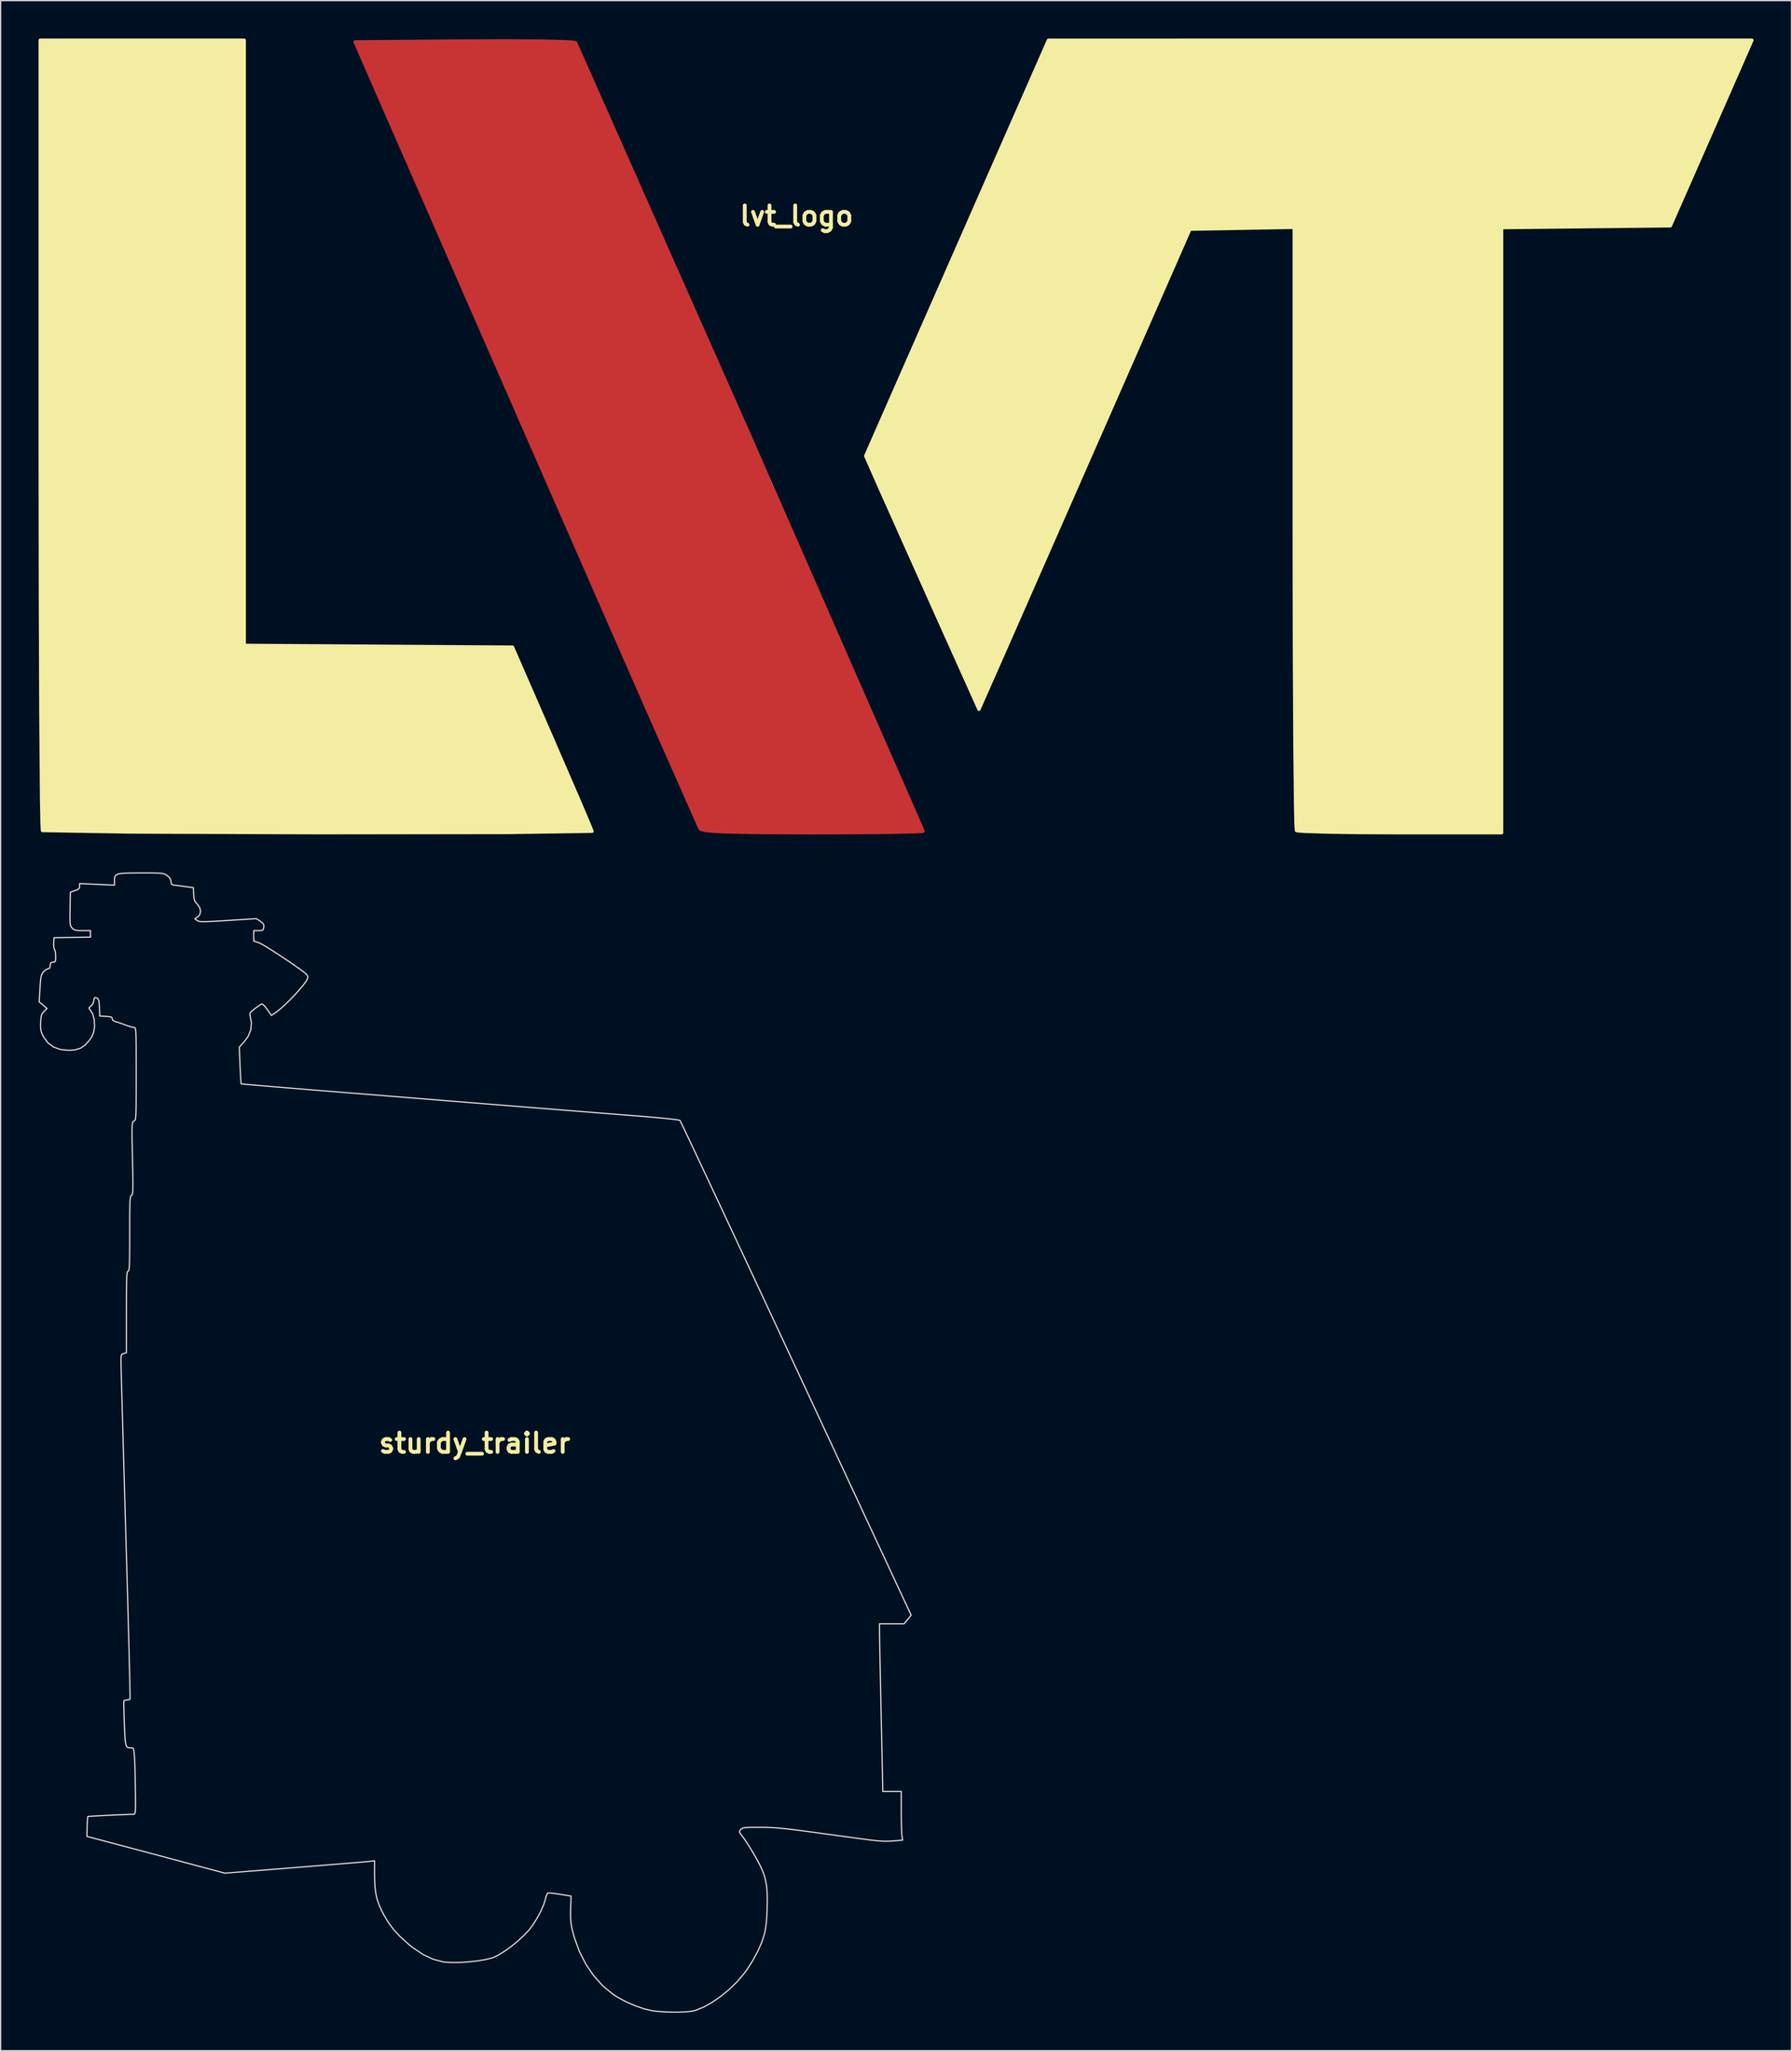
<source format=kicad_pcb>
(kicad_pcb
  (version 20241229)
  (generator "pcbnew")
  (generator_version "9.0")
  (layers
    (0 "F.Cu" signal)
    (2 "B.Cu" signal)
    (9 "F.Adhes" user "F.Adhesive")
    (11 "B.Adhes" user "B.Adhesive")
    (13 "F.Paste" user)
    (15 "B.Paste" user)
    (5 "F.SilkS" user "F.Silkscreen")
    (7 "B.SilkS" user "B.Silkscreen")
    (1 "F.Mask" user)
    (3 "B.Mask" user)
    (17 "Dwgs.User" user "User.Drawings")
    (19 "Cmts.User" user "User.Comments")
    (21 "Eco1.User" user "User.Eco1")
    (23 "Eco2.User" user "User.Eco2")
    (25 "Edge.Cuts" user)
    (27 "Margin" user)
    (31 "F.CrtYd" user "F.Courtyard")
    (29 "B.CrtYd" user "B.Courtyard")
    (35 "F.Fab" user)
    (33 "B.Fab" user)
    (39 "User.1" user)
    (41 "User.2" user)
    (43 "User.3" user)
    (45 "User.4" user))
  (footprint "lvt_logo"
    (layer "F.Cu")
    (at 59.975 26.74)
    (property "Reference" "lvt_logo" (at 0 -12.7 0) (layer "F.SilkS") (effects (font (size 1.524 1.524) (thickness 0.3))))
    (attr board_only exclude_from_pos_files exclude_from_bom)
    (fp_poly (pts (xy -7.638 35.77) (xy -11.766 26.444) (xy -21.39 4.483) (xy -34.928 -26.475) (xy -26.302 -26.545) (xy -22.938 -26.556) (xy -20.155 -26.535) (xy -18.242 -26.485) (xy -17.703 -26.452) (xy -17.489 -26.413) (xy -3.668 4.771) (xy 10.007 35.969) (xy 9.962 35.982) (xy 9.829 35.995) (xy 9.319 36.019) (xy 8.513 36.041) (xy 7.447 36.061) (xy 4.676 36.089) (xy 1.292 36.099) (xy -2.889 36.083) (xy -5.608 36.029) (xy -6.496 35.984) (xy -7.11 35.927) (xy -7.481 35.856) (xy -7.584 35.815) (xy -7.638 35.77) (xy -7.638 35.77)) (stroke (width 0.265) (type solid)) (fill yes) (layer "F.Cu"))
    (fp_poly (pts (xy -7.638 35.77) (xy -11.766 26.444) (xy -21.39 4.483) (xy -34.928 -26.475) (xy -26.302 -26.545) (xy -22.938 -26.556) (xy -20.155 -26.535) (xy -18.242 -26.485) (xy -17.703 -26.452) (xy -17.489 -26.413) (xy -3.668 4.771) (xy 10.007 35.969) (xy 9.962 35.982) (xy 9.829 35.995) (xy 9.319 36.019) (xy 8.513 36.041) (xy 7.447 36.061) (xy 4.676 36.089) (xy 1.292 36.099) (xy -2.889 36.083) (xy -5.608 36.029) (xy -6.496 35.984) (xy -7.11 35.927) (xy -7.481 35.856) (xy -7.584 35.815) (xy -7.638 35.77) (xy -7.638 35.77)) (stroke (width 0.265) (type solid)) (fill yes) (layer "F.Mask"))
    (fp_poly (pts (xy -59.666 35.923) (xy -59.702 35.251) (xy -59.735 33.394) (xy -59.791 26.64) (xy -59.829 16.689) (xy -59.843 4.569) (xy -59.843 -26.607) (xy -51.773 -26.607) (xy -43.703 -26.607) (xy -43.703 -2.666) (xy -43.703 21.276) (xy -33.09 21.345) (xy -22.477 21.415) (xy -19.332 28.638) (xy -17.11 33.774) (xy -16.435 35.364) (xy -16.187 35.98) (xy -22.953 36.08) (xy -37.854 36.096) (xy -52.791 36.04) (xy -59.666 35.923) (xy -59.666 35.923)) (stroke (width 0.265) (type solid)) (fill yes) (layer "F.SilkS"))
    (fp_poly (pts (xy 39.552 35.923) (xy 39.517 35.402) (xy 39.484 33.978) (xy 39.428 28.814) (xy 39.39 21.216) (xy 39.376 11.971) (xy 39.376 -11.804) (xy 35.248 -11.731) (xy 31.12 -11.658) (xy 24.794 2.761) (xy 16.449 21.754) (xy 14.43 26.327) (xy 11.011 18.711) (xy 6.531 8.691) (xy 5.471 6.286) (xy 12.7 -10.16) (xy 19.929 -26.606) (xy 47.756 -26.607) (xy 75.584 -26.607) (xy 73.988 -22.969) (xy 70.762 -15.627) (xy 69.13 -11.923) (xy 62.455 -11.852) (xy 55.78 -11.782) (xy 55.78 12.159) (xy 55.78 36.099) (xy 47.754 36.099) (xy 44.624 36.085) (xy 42.034 36.047) (xy 40.254 35.991) (xy 39.752 35.958) (xy 39.552 35.923) (xy 39.552 35.923)) (stroke (width 0.265) (type solid)) (fill yes) (layer "F.SilkS")))
  (footprint "sturdy_trailer"
    (layer "F.Cu")
    (at 34.504 111.138)
    (property "Reference" "sturdy_trailer" (at 0 0 0) (layer "F.SilkS") (effects (font (size 1.524 1.524) (thickness 0.3))))
    (attr board_only exclude_from_pos_files exclude_from_bom)
    (fp_poly (pts (xy -25.793 -45.117) (xy -25.341 -45.114) (xy -25.011 -45.105) (xy -24.777 -45.088) (xy -24.614 -45.061) (xy -24.496 -45.02) (xy -24.4 -44.964) (xy -24.31 -44.898) (xy -24.098 -44.688) (xy -24.024 -44.469) (xy -24.022 -44.43) (xy -24.012 -44.29) (xy -23.952 -44.208) (xy -23.802 -44.161) (xy -23.527 -44.122) (xy -23.167 -44.077) (xy -22.803 -44.029) (xy -22.645 -44.007) (xy -22.257 -43.953) (xy -22.232 -43.429) (xy -22.205 -43.113) (xy -22.146 -42.905) (xy -22.032 -42.74) (xy -21.952 -42.66) (xy -21.753 -42.383) (xy -21.685 -42.087) (xy -21.75 -41.817) (xy -21.921 -41.633) (xy -22.145 -41.486) (xy -21.953 -41.352) (xy -21.881 -41.311) (xy -21.784 -41.283) (xy -21.639 -41.266) (xy -21.426 -41.261) (xy -21.125 -41.268) (xy -20.713 -41.287) (xy -20.171 -41.318) (xy -19.516 -41.359) (xy -17.271 -41.501) (xy -16.958 -41.294) (xy -16.76 -41.143) (xy -16.68 -41.006) (xy -16.684 -40.822) (xy -16.684 -40.82) (xy -16.722 -40.654) (xy -16.805 -40.577) (xy -16.987 -40.555) (xy -17.101 -40.554) (xy -17.479 -40.554) (xy -17.479 -39.726) (xy -17.067 -39.594) (xy -16.897 -39.514) (xy -16.614 -39.352) (xy -16.242 -39.124) (xy -15.809 -38.85) (xy -15.342 -38.545) (xy -14.865 -38.228) (xy -14.406 -37.915) (xy -13.991 -37.626) (xy -13.646 -37.375) (xy -13.398 -37.183) (xy -13.315 -37.11) (xy -13.201 -36.913) (xy -13.215 -36.771) (xy -13.325 -36.563) (xy -13.54 -36.267) (xy -13.834 -35.911) (xy -14.184 -35.521) (xy -14.563 -35.123) (xy -14.948 -34.745) (xy -15.313 -34.413) (xy -15.634 -34.153) (xy -15.713 -34.097) (xy -16.083 -33.842) (xy -16.41 -34.317) (xy -16.599 -34.563) (xy -16.757 -34.716) (xy -16.846 -34.749) (xy -16.97 -34.678) (xy -17.181 -34.535) (xy -17.394 -34.38) (xy -17.641 -34.18) (xy -17.764 -34.035) (xy -17.786 -33.913) (xy -17.778 -33.881) (xy -17.662 -33.269) (xy -17.713 -32.7) (xy -17.931 -32.17) (xy -18.224 -31.774) (xy -18.623 -31.33) (xy -18.563 -29.896) (xy -18.541 -29.418) (xy -18.519 -29.004) (xy -18.499 -28.683) (xy -18.482 -28.483) (xy -18.472 -28.431) (xy -18.384 -28.42) (xy -18.137 -28.395) (xy -17.748 -28.36) (xy -17.228 -28.314) (xy -16.594 -28.26) (xy -15.858 -28.198) (xy -15.035 -28.129) (xy -14.139 -28.056) (xy -13.184 -27.978) (xy -12.644 -27.934) (xy -10.228 -27.74) (xy -7.977 -27.559) (xy -5.883 -27.39) (xy -3.94 -27.234) (xy -2.14 -27.089) (xy -0.477 -26.955) (xy 1.056 -26.832) (xy 2.467 -26.719) (xy 3.763 -26.615) (xy 4.95 -26.519) (xy 6.036 -26.432) (xy 7.027 -26.353) (xy 7.931 -26.281) (xy 8.755 -26.215) (xy 9.506 -26.155) (xy 10.19 -26.101) (xy 10.815 -26.051) (xy 11.388 -26.006) (xy 11.916 -25.964) (xy 12.405 -25.926) (xy 12.7 -25.902) (xy 13.526 -25.836) (xy 14.271 -25.771) (xy 14.918 -25.711) (xy 15.454 -25.655) (xy 15.864 -25.607) (xy 16.131 -25.568) (xy 16.243 -25.538) (xy 16.243 -25.538) (xy 16.288 -25.452) (xy 16.402 -25.217) (xy 16.583 -24.84) (xy 16.826 -24.326) (xy 17.131 -23.682) (xy 17.492 -22.916) (xy 17.907 -22.033) (xy 18.373 -21.041) (xy 18.886 -19.946) (xy 19.444 -18.755) (xy 20.044 -17.474) (xy 20.682 -16.11) (xy 21.355 -14.67) (xy 22.061 -13.16) (xy 22.795 -11.587) (xy 23.555 -9.958) (xy 24.338 -8.279) (xy 25.141 -6.557) (xy 25.438 -5.919) (xy 34.534 13.606) (xy 34.258 13.949) (xy 33.981 14.293) (xy 32.03 14.293) (xy 32.032 14.917) (xy 32.034 15.111) (xy 32.04 15.46) (xy 32.049 15.949) (xy 32.061 16.561) (xy 32.075 17.281) (xy 32.092 18.091) (xy 32.11 18.976) (xy 32.13 19.919) (xy 32.151 20.905) (xy 32.159 21.267) (xy 32.18 22.252) (xy 32.201 23.192) (xy 32.22 24.071) (xy 32.237 24.875) (xy 32.252 25.588) (xy 32.265 26.196) (xy 32.275 26.684) (xy 32.282 27.036) (xy 32.285 27.237) (xy 32.286 27.273) (xy 32.288 27.553) (xy 33.752 27.553) (xy 33.752 29.09) (xy 33.755 29.619) (xy 33.763 30.116) (xy 33.776 30.545) (xy 33.792 30.867) (xy 33.805 31.019) (xy 33.859 31.41) (xy 33.095 31.475) (xy 32.713 31.496) (xy 32.318 31.493) (xy 31.865 31.461) (xy 31.312 31.4) (xy 30.954 31.353) (xy 30.514 31.294) (xy 29.94 31.216) (xy 29.264 31.124) (xy 28.523 31.023) (xy 27.752 30.918) (xy 26.985 30.813) (xy 26.746 30.78) (xy 25.901 30.667) (xy 25.198 30.577) (xy 24.609 30.508) (xy 24.106 30.459) (xy 23.662 30.425) (xy 23.247 30.405) (xy 22.834 30.395) (xy 22.562 30.394) (xy 22.047 30.395) (xy 21.675 30.402) (xy 21.42 30.418) (xy 21.253 30.445) (xy 21.145 30.487) (xy 21.07 30.547) (xy 21.051 30.567) (xy 20.963 30.679) (xy 20.955 30.777) (xy 21.038 30.916) (xy 21.151 31.062) (xy 21.392 31.393) (xy 21.679 31.831) (xy 21.984 32.329) (xy 22.278 32.838) (xy 22.532 33.31) (xy 22.685 33.622) (xy 22.872 34.079) (xy 23.007 34.534) (xy 23.095 35.021) (xy 23.143 35.579) (xy 23.153 36.243) (xy 23.141 36.818) (xy 23.112 37.487) (xy 23.068 38.025) (xy 23.005 38.473) (xy 22.919 38.874) (xy 22.912 38.899) (xy 22.705 39.52) (xy 22.397 40.21) (xy 22.014 40.921) (xy 21.58 41.604) (xy 21.316 41.968) (xy 20.77 42.609) (xy 20.144 43.218) (xy 19.47 43.773) (xy 18.778 44.25) (xy 18.101 44.627) (xy 17.469 44.881) (xy 17.358 44.912) (xy 17.042 44.966) (xy 16.598 45.001) (xy 16.069 45.017) (xy 15.499 45.014) (xy 14.931 44.993) (xy 14.407 44.953) (xy 14.035 44.906) (xy 13.415 44.76) (xy 12.725 44.523) (xy 12.023 44.22) (xy 11.367 43.874) (xy 10.975 43.626) (xy 10.164 42.963) (xy 9.438 42.162) (xy 8.808 41.239) (xy 8.285 40.21) (xy 7.879 39.093) (xy 7.7 38.408) (xy 7.621 37.954) (xy 7.587 37.457) (xy 7.591 36.858) (xy 7.593 36.804) (xy 7.63 35.838) (xy 6.745 35.693) (xy 6.37 35.637) (xy 6.057 35.601) (xy 5.846 35.588) (xy 5.779 35.597) (xy 5.717 35.702) (xy 5.641 35.92) (xy 5.595 36.098) (xy 5.453 36.537) (xy 5.225 37.051) (xy 4.939 37.587) (xy 4.624 38.092) (xy 4.309 38.512) (xy 4.3 38.522) (xy 3.883 38.965) (xy 3.4 39.409) (xy 2.883 39.83) (xy 2.366 40.201) (xy 1.883 40.499) (xy 1.467 40.698) (xy 1.357 40.735) (xy 0.81 40.867) (xy 0.165 40.972) (xy -0.529 41.047) (xy -1.221 41.088) (xy -1.862 41.092) (xy -2.402 41.054) (xy -2.54 41.033) (xy -3.303 40.825) (xy -4.069 40.465) (xy -4.851 39.946) (xy -5.252 39.623) (xy -5.879 39.057) (xy -6.387 38.514) (xy -6.812 37.947) (xy -7.192 37.31) (xy -7.308 37.087) (xy -7.543 36.582) (xy -7.713 36.1) (xy -7.826 35.598) (xy -7.892 35.03) (xy -7.919 34.353) (xy -7.921 34.048) (xy -7.921 33.043) (xy -8.373 33.096) (xy -8.538 33.112) (xy -8.858 33.14) (xy -9.317 33.179) (xy -9.9 33.228) (xy -10.591 33.285) (xy -11.373 33.35) (xy -12.231 33.419) (xy -13.149 33.494) (xy -14.109 33.571) (xy -14.295 33.586) (xy -19.765 34.023) (xy -23.207 33.102) (xy -24.05 32.876) (xy -24.93 32.641) (xy -25.811 32.406) (xy -26.66 32.18) (xy -27.443 31.971) (xy -28.126 31.789) (xy -28.663 31.647) (xy -30.678 31.114) (xy -30.659 30.347) (xy -30.647 30.002) (xy -30.631 29.729) (xy -30.613 29.568) (xy -30.606 29.544) (xy -30.516 29.532) (xy -30.283 29.515) (xy -29.935 29.494) (xy -29.503 29.47) (xy -29.015 29.446) (xy -28.499 29.422) (xy -27.986 29.4) (xy -27.503 29.382) (xy -27.08 29.368) (xy -26.993 29.365) (xy -26.937 29.358) (xy -26.895 29.325) (xy -26.866 29.245) (xy -26.846 29.098) (xy -26.836 28.861) (xy -26.833 28.515) (xy -26.836 28.037) (xy -26.842 27.445) (xy -26.851 26.835) (xy -26.863 26.236) (xy -26.877 25.685) (xy -26.894 25.22) (xy -26.91 24.88) (xy -26.914 24.819) (xy -26.942 24.471) (xy -26.971 24.26) (xy -27.016 24.153) (xy -27.091 24.113) (xy -27.194 24.107) (xy -27.34 24.102) (xy -27.451 24.073) (xy -27.533 23.999) (xy -27.592 23.86) (xy -27.634 23.634) (xy -27.665 23.3) (xy -27.69 22.837) (xy -27.715 22.223) (xy -27.716 22.207) (xy -27.735 21.673) (xy -27.749 21.198) (xy -27.757 20.808) (xy -27.758 20.532) (xy -27.752 20.394) (xy -27.75 20.385) (xy -27.646 20.334) (xy -27.509 20.32) (xy -27.335 20.295) (xy -27.264 20.254) (xy -27.261 20.162) (xy -27.264 19.907) (xy -27.272 19.499) (xy -27.283 18.947) (xy -27.299 18.261) (xy -27.319 17.45) (xy -27.342 16.523) (xy -27.369 15.491) (xy -27.399 14.361) (xy -27.432 13.145) (xy -27.468 11.85) (xy -27.506 10.488) (xy -27.547 9.066) (xy -27.589 7.596) (xy -27.601 7.188) (xy -27.644 5.695) (xy -27.686 4.242) (xy -27.726 2.84) (xy -27.765 1.498) (xy -27.801 0.226) (xy -27.834 -0.965) (xy -27.865 -2.067) (xy -27.893 -3.067) (xy -27.918 -3.958) (xy -27.939 -4.728) (xy -27.956 -5.369) (xy -27.969 -5.869) (xy -27.977 -6.219) (xy -27.981 -6.409) (xy -27.981 -6.427) (xy -27.978 -6.747) (xy -27.959 -6.936) (xy -27.909 -7.035) (xy -27.818 -7.082) (xy -27.768 -7.096) (xy -27.553 -7.15) (xy -27.553 -10.377) (xy -27.552 -11.217) (xy -27.549 -11.9) (xy -27.544 -12.442) (xy -27.536 -12.858) (xy -27.525 -13.165) (xy -27.509 -13.377) (xy -27.488 -13.511) (xy -27.461 -13.581) (xy -27.428 -13.604) (xy -27.423 -13.604) (xy -27.389 -13.622) (xy -27.36 -13.686) (xy -27.338 -13.814) (xy -27.322 -14.02) (xy -27.31 -14.321) (xy -27.302 -14.734) (xy -27.297 -15.275) (xy -27.295 -15.959) (xy -27.294 -16.577) (xy -27.294 -17.377) (xy -27.291 -18.021) (xy -27.286 -18.526) (xy -27.278 -18.911) (xy -27.265 -19.19) (xy -27.248 -19.382) (xy -27.224 -19.504) (xy -27.194 -19.572) (xy -27.157 -19.603) (xy -27.152 -19.605) (xy -27.114 -19.632) (xy -27.084 -19.691) (xy -27.062 -19.799) (xy -27.048 -19.975) (xy -27.04 -20.234) (xy -27.039 -20.596) (xy -27.044 -21.076) (xy -27.055 -21.692) (xy -27.071 -22.462) (xy -27.072 -22.524) (xy -27.089 -23.301) (xy -27.101 -23.923) (xy -27.107 -24.41) (xy -27.108 -24.777) (xy -27.102 -25.044) (xy -27.089 -25.227) (xy -27.068 -25.345) (xy -27.039 -25.416) (xy -26.999 -25.457) (xy -26.956 -25.483) (xy -26.912 -25.51) (xy -26.877 -25.55) (xy -26.848 -25.62) (xy -26.826 -25.734) (xy -26.808 -25.909) (xy -26.796 -26.16) (xy -26.787 -26.503) (xy -26.782 -26.953) (xy -26.779 -27.526) (xy -26.778 -28.239) (xy -26.778 -29.105) (xy -26.778 -29.235) (xy -26.778 -30.123) (xy -26.779 -30.854) (xy -26.781 -31.444) (xy -26.786 -31.907) (xy -26.794 -32.26) (xy -26.806 -32.516) (xy -26.822 -32.691) (xy -26.843 -32.801) (xy -26.87 -32.861) (xy -26.904 -32.886) (xy -26.945 -32.891) (xy -26.949 -32.891) (xy -27.115 -32.921) (xy -27.381 -32.999) (xy -27.659 -33.099) (xy -27.977 -33.215) (xy -28.264 -33.311) (xy -28.435 -33.359) (xy -28.628 -33.455) (xy -28.672 -33.577) (xy -28.696 -33.673) (xy -28.795 -33.729) (xy -29.007 -33.759) (xy -29.167 -33.769) (xy -29.662 -33.795) (xy -29.687 -34.461) (xy -29.708 -34.816) (xy -29.744 -35.037) (xy -29.805 -35.16) (xy -29.87 -35.211) (xy -30.034 -35.256) (xy -30.117 -35.159) (xy -30.136 -34.977) (xy -30.206 -34.763) (xy -30.349 -34.599) (xy -30.491 -34.475) (xy -30.506 -34.386) (xy -30.405 -34.261) (xy -30.402 -34.257) (xy -30.215 -33.949) (xy -30.102 -33.528) (xy -30.074 -33.042) (xy -30.09 -32.826) (xy -30.161 -32.452) (xy -30.299 -32.141) (xy -30.468 -31.894) (xy -30.823 -31.497) (xy -31.198 -31.245) (xy -31.639 -31.116) (xy -32.097 -31.084) (xy -32.759 -31.147) (xy -33.311 -31.342) (xy -33.758 -31.671) (xy -34.104 -32.136) (xy -34.149 -32.222) (xy -34.27 -32.487) (xy -34.332 -32.725) (xy -34.349 -33.006) (xy -34.34 -33.292) (xy -34.315 -33.637) (xy -34.271 -33.863) (xy -34.191 -34.024) (xy -34.072 -34.16) (xy -33.836 -34.396) (xy -34.145 -34.655) (xy -34.454 -34.914) (xy -34.391 -35.978) (xy -34.362 -36.433) (xy -34.33 -36.753) (xy -34.29 -36.971) (xy -34.233 -37.125) (xy -34.152 -37.25) (xy -34.119 -37.291) (xy -33.939 -37.455) (xy -33.769 -37.538) (xy -33.744 -37.54) (xy -33.623 -37.585) (xy -33.581 -37.745) (xy -33.58 -37.799) (xy -33.556 -37.983) (xy -33.458 -38.051) (xy -33.364 -38.057) (xy -33.239 -38.07) (xy -33.175 -38.137) (xy -33.152 -38.302) (xy -33.149 -38.513) (xy -33.165 -38.788) (xy -33.207 -38.995) (xy -33.24 -39.061) (xy -33.289 -39.195) (xy -33.309 -39.433) (xy -33.305 -39.573) (xy -33.278 -39.994) (xy -31.836 -40.018) (xy -30.394 -40.041) (xy -30.394 -40.554) (xy -31.025 -40.554) (xy -31.366 -40.561) (xy -31.584 -40.59) (xy -31.73 -40.653) (xy -31.845 -40.756) (xy -31.917 -40.841) (xy -31.968 -40.939) (xy -31.999 -41.078) (xy -32.016 -41.288) (xy -32.02 -41.599) (xy -32.015 -42.039) (xy -32.011 -42.277) (xy -31.987 -43.596) (xy -31.621 -43.718) (xy -31.386 -43.814) (xy -31.279 -43.92) (xy -31.255 -44.059) (xy -31.255 -44.278) (xy -28.5 -44.153) (xy -28.5 -44.493) (xy -28.493 -44.687) (xy -28.462 -44.836) (xy -28.384 -44.946) (xy -28.24 -45.023) (xy -28.011 -45.072) (xy -27.676 -45.101) (xy -27.214 -45.114) (xy -26.607 -45.117) (xy -26.392 -45.117)) (stroke (width 0.1) (type solid)) (fill no) (layer "Edge.Cuts")))
  (gr_rect
    (start -3 -3)
    (end 138.691 159.205)
    (stroke (width 0.1) (type default))
    (fill no)
    (layer "Edge.Cuts")))
</source>
